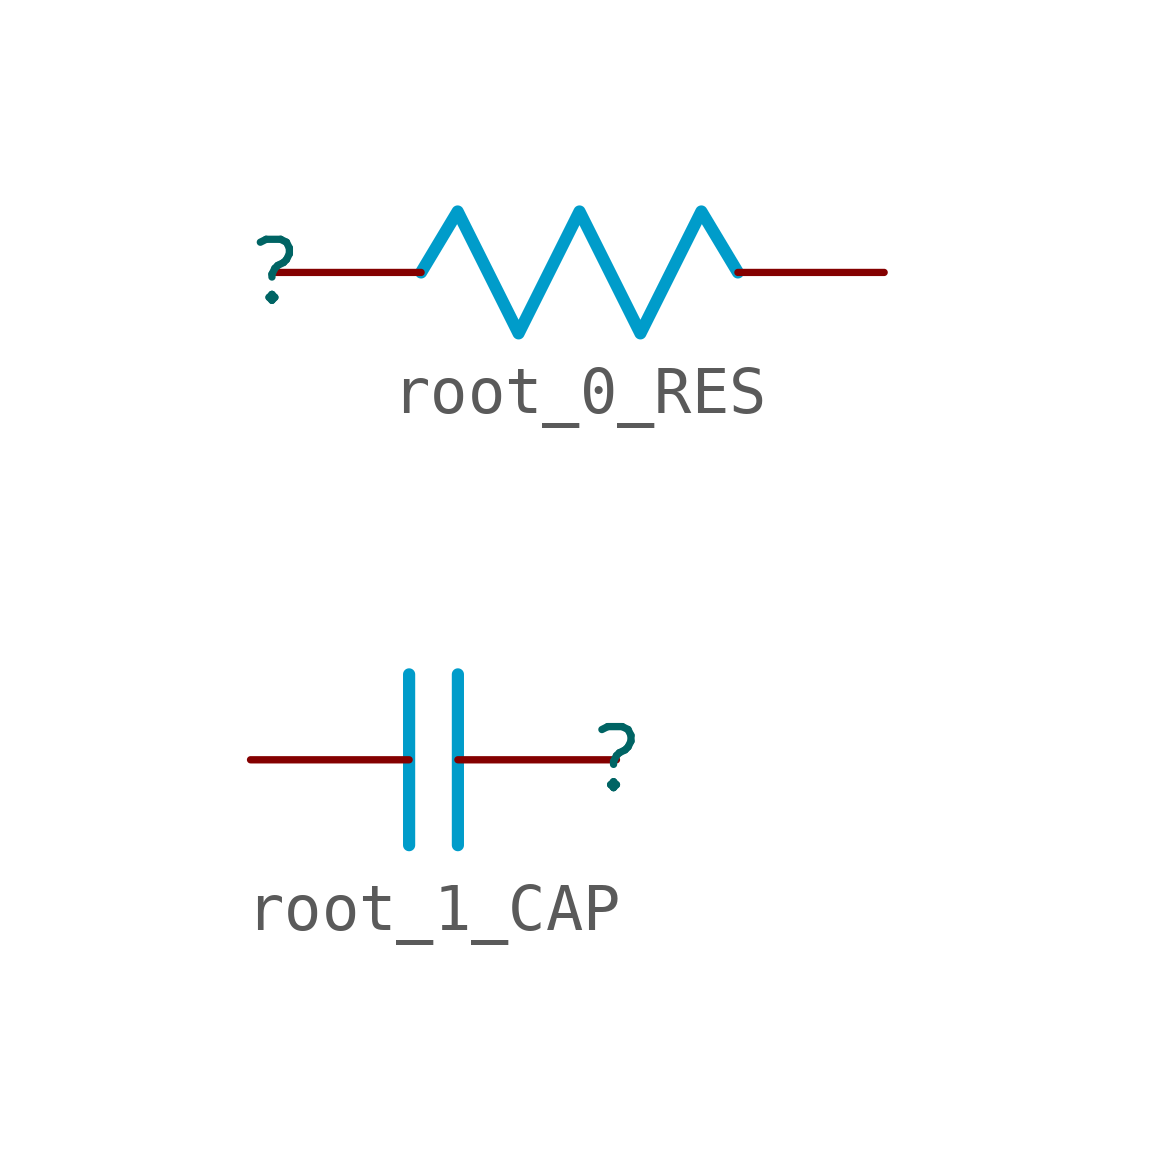
<source format=kicad_sym>
(kicad_symbol_lib
  (version 20231120)
  (generator "kicad_symbol_editor")
  (generator_version "8.0")
  (symbol "root_0_RES"
    (property "Reference" ""
      (at 0 0 0)
      (effects (font (size 1.27 1.27))))
    (property "Value" ""
      (at 0 0 0)
      (effects (font (size 1.27 1.27))))
    (symbol "root_0_RES_1_0"
      (polyline (pts (xy 3.048 0) (xy 3.81 1.27) (xy 5.08 -1.27) (xy 6.35 1.27) (xy 7.62 -1.27) (xy 8.89 1.27) (xy 9.652 0)) (stroke (width 0.254) (type solid) (color 0 156 202 1)) (fill (type none)))
      (pin passive line (at 0 0 0) (length 3.048) (name "1" (effects (font (size 0 0)))) (number "1" (effects (font (size 0 0)))))
      (pin passive line (at 12.7 0 180) (length 3.048) (name "2" (effects (font (size 0 0)))) (number "2" (effects (font (size 0 0)))))))
  (symbol "root_1_CAP"
    (property "Reference" ""
      (at 0 0 0)
      (effects (font (size 1.27 1.27))))
    (property "Value" ""
      (at 0 0 0)
      (effects (font (size 1.27 1.27))))
    (symbol "root_1_CAP_1_0"
      (polyline (pts (xy -4.318 -1.778) (xy -4.318 1.778)) (stroke (width 0.254) (type solid) (color 0 156 202 1)) (fill (type none)))
      (polyline (pts (xy -3.302 -1.778) (xy -3.302 1.778)) (stroke (width 0.254) (type solid) (color 0 156 202 1)) (fill (type none)))
      (pin passive line (at -7.62 0 0) (length 3.302) (name "1" (effects (font (size 0 0)))) (number "1" (effects (font (size 0 0)))))
      (pin passive line (at 0 0 180) (length 3.302) (name "2" (effects (font (size 0 0)))) (number "2" (effects (font (size 0 0))))))))
</source>
